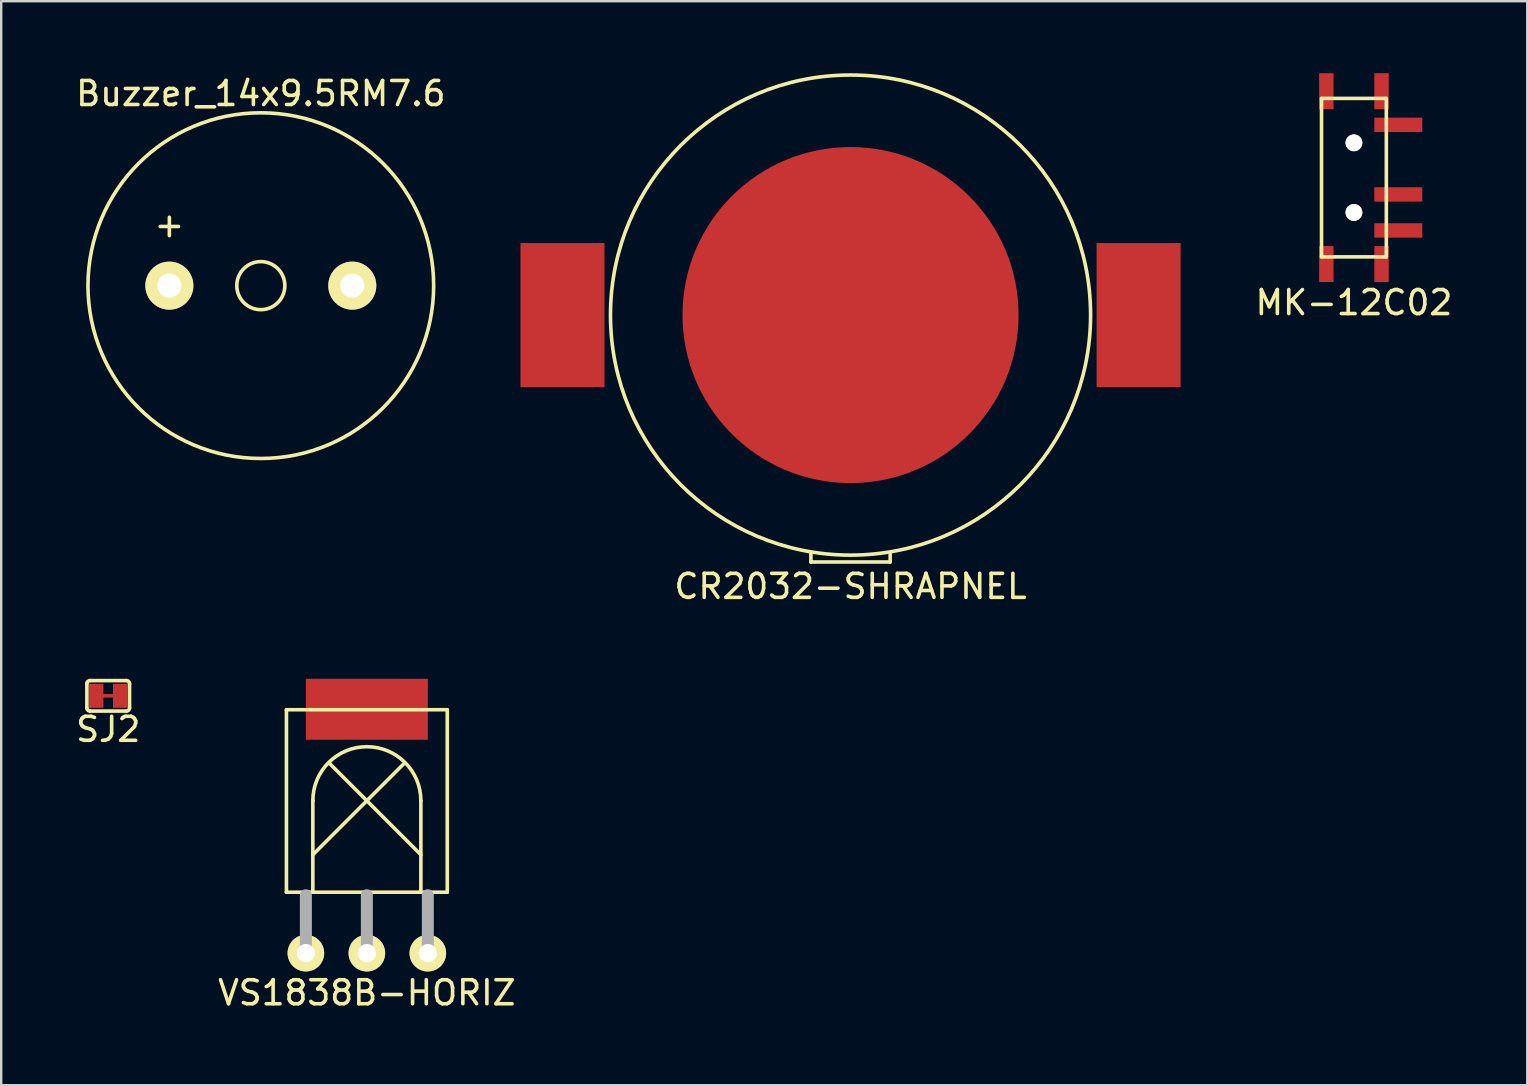
<source format=kicad_pcb>
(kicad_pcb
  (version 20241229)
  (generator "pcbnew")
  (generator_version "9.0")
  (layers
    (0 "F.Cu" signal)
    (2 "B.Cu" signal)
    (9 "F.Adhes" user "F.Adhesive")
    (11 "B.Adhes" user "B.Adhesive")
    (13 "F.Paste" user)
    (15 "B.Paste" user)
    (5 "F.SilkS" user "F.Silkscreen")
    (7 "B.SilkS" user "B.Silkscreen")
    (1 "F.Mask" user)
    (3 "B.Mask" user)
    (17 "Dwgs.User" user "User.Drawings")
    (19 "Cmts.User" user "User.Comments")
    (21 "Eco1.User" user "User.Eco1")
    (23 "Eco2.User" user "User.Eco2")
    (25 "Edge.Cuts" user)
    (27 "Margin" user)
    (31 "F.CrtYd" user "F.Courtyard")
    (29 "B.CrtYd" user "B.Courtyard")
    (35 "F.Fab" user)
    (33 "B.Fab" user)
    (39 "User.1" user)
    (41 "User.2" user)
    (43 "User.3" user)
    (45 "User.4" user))
  (footprint "VS1838B-HORIZ"
    (layer "F.Cu")
    (at 12.232 30.306)
    (property "Reference" "VS1838B-HORIZ" (at 0 8.001 0) (layer "F.SilkS") (effects (font (size 1 1) (thickness 0.15))))
    (attr through_hole)
    (fp_line (start -3.35 -3.79) (end 3.35 -3.79) (stroke (width 0.15) (type solid)) (layer "F.SilkS"))
    (fp_line (start -3.35 3.81) (end -3.35 -3.79) (stroke (width 0.15) (type solid)) (layer "F.SilkS"))
    (fp_line (start -2.25 2.25) (end 1.524 -1.524) (stroke (width 0.15) (type solid)) (layer "F.SilkS"))
    (fp_line (start -2.25 3.81) (end -2.25 0) (stroke (width 0.15) (type solid)) (layer "F.SilkS"))
    (fp_line (start 2.25 2.25) (end -1.524 -1.524) (stroke (width 0.15) (type solid)) (layer "F.SilkS"))
    (fp_line (start 2.25 3.81) (end 2.25 0) (stroke (width 0.15) (type solid)) (layer "F.SilkS"))
    (fp_line (start 3.35 -3.79) (end 3.35 3.81) (stroke (width 0.15) (type solid)) (layer "F.SilkS"))
    (fp_line (start 3.35 3.81) (end -3.35 3.81) (stroke (width 0.15) (type solid)) (layer "F.SilkS"))
    (fp_arc (start -2.25 0) (mid 0 -2.25) (end 2.25 0) (stroke (width 0.15) (type solid)) (layer "F.SilkS"))
    (fp_line (start -2.54 6.35) (end -2.54 3.937) (stroke (width 0.5) (type solid)) (layer "F.Fab"))
    (fp_line (start 0 6.35) (end 0 3.937) (stroke (width 0.5) (type solid)) (layer "F.Fab"))
    (fp_line (start 2.54 6.35) (end 2.54 3.937) (stroke (width 0.5) (type solid)) (layer "F.Fab"))
    (pad "1" thru_hole circle (at -2.54 6.35) (size 1.524 1.524) (drill 0.762) (layers "*.Cu" "*.Mask" "F.SilkS"))
    (pad "2" thru_hole circle (at 0 6.35) (size 1.524 1.524) (drill 0.762) (layers "*.Cu" "*.Mask" "F.SilkS"))
    (pad "3" thru_hole circle (at 2.54 6.35) (size 1.524 1.524) (drill 0.762) (layers "*.Cu" "*.Mask" "F.SilkS"))
    (pad "M1" smd rect (at 0 -3.81) (size 5.08 2.54) (layers "F.Cu" "F.Mask" "F.Paste")))
  (footprint "MK-12C02"
    (layer "F.Cu")
    (at 53.351 4.35)
    (property "Reference" "MK-12C02" (at 0 5.207 0) (layer "F.SilkS") (effects (font (size 1 1) (thickness 0.15))))
    (attr through_hole)
    (fp_line (start -1.35 -3.3) (end 1.35 -3.3) (stroke (width 0.15) (type solid)) (layer "F.SilkS"))
    (fp_line (start -1.35 3.3) (end -1.35 -3.3) (stroke (width 0.15) (type solid)) (layer "F.SilkS"))
    (fp_line (start 1.35 -3.3) (end 1.35 3.3) (stroke (width 0.15) (type solid)) (layer "F.SilkS"))
    (fp_line (start 1.35 3.3) (end -1.35 3.3) (stroke (width 0.15) (type solid)) (layer "F.SilkS"))
    (pad "" np_thru_hole circle (at 0 -1.45) (size 0.7 0.7) (drill 0.7) (layers "*.Cu" "*.Mask" "F.SilkS"))
    (pad "" np_thru_hole circle (at 0 1.45) (size 0.7 0.7) (drill 0.7) (layers "*.Cu" "*.Mask" "F.SilkS"))
    (pad "1" smd rect (at 1.85 2.2) (size 2 0.6) (layers "F.Cu" "F.Mask" "F.Paste"))
    (pad "2" smd rect (at 1.85 0.7) (size 2 0.6) (layers "F.Cu" "F.Mask" "F.Paste"))
    (pad "3" smd rect (at 1.85 -2.2) (size 2 0.6) (layers "F.Cu" "F.Mask" "F.Paste"))
    (pad "M1" smd rect (at -1.15 3.6 90) (size 1.5 0.6) (layers "F.Cu" "F.Mask" "F.Paste"))
    (pad "M2" smd rect (at 1.15 3.6 90) (size 1.5 0.6) (layers "F.Cu" "F.Mask" "F.Paste"))
    (pad "M3" smd rect (at 1.15 -3.6 90) (size 1.5 0.6) (layers "F.Cu" "F.Mask" "F.Paste"))
    (pad "M4" smd rect (at -1.15 -3.6 90) (size 1.5 0.6) (layers "F.Cu" "F.Mask" "F.Paste")))
  (footprint "CR2032-SHRAPNEL"
    (layer "F.Cu")
    (at 32.381 10.075)
    (property "Reference" "CR2032-SHRAPNEL" (at 0 11.303 0) (layer "F.SilkS") (effects (font (size 1 1) (thickness 0.15))))
    (attr through_hole)
    (fp_line (start -1.651 9.906) (end -1.651 10.287) (stroke (width 0.15) (type solid)) (layer "F.SilkS"))
    (fp_line (start -1.651 10.287) (end 1.651 10.287) (stroke (width 0.15) (type solid)) (layer "F.SilkS"))
    (fp_line (start 1.651 10.287) (end 1.651 9.906) (stroke (width 0.15) (type solid)) (layer "F.SilkS"))
    (fp_circle (center 0 0) (end 10 0) (stroke (width 0.15) (type solid)) (fill no) (layer "F.SilkS"))
    (pad "1" smd rect (at -12 0) (size 3.5 6) (layers "F.Cu" "F.Mask" "F.Paste"))
    (pad "1" smd rect (at 12 0) (size 3.5 6) (layers "F.Cu" "F.Mask" "F.Paste"))
    (pad "2" smd circle (at 0 0) (size 14 14) (layers "F.Cu" "F.Mask" "F.Paste")))
  (footprint "Buzzer_14x9.5RM7.6"
    (layer "F.Cu")
    (at 7.815 8.849)
    (property "Reference" "Buzzer_14x9.5RM7.6" (at 0 -8.001 0) (layer "F.SilkS") (effects (font (size 1 1) (thickness 0.15))))
    (attr through_hole)
    (fp_circle (center 0 0) (end 1.001 0) (stroke (width 0.15) (type solid)) (fill no) (layer "F.SilkS"))
    (fp_circle (center 0 0) (end 7.2 0) (stroke (width 0.15) (type solid)) (fill no) (layer "F.SilkS"))
    (fp_text user "+" (at -3.81 -2.54 0) (layer "F.SilkS") (effects (font (size 1 1) (thickness 0.15))))
    (pad "1" thru_hole circle (at -3.81 0) (size 2 2) (drill 1.001) (layers "*.Cu" "*.Mask" "F.SilkS"))
    (pad "2" thru_hole circle (at 3.81 0) (size 2 2) (drill 1.001) (layers "*.Cu" "*.Mask" "F.SilkS")))
  (footprint "SJ2"
    (layer "F.Cu")
    (at 1.458 25.936)
    (property "Reference" "SJ2" (at 0 1.397 0) (layer "F.SilkS") (effects (font (size 1 1) (thickness 0.15))))
    (attr through_hole)
    (fp_line (start -0.508 0) (end 0.508 0) (stroke (width 0.15) (type solid)) (layer "F.Cu"))
    (fp_line (start -0.127 -0.508) (end -0.127 0.508) (stroke (width 0.15) (type solid)) (layer "F.Mask"))
    (fp_line (start -0.127 -0.508) (end 0.127 -0.508) (stroke (width 0.15) (type solid)) (layer "F.Mask"))
    (fp_line (start 0 0.508) (end 0 -0.508) (stroke (width 0.15) (type solid)) (layer "F.Mask"))
    (fp_line (start 0.127 -0.508) (end 0.127 0.508) (stroke (width 0.15) (type solid)) (layer "F.Mask"))
    (fp_line (start 0.127 0.508) (end -0.127 0.508) (stroke (width 0.15) (type solid)) (layer "F.Mask"))
    (fp_line (start -0.889 -0.508) (end -0.889 0.508) (stroke (width 0.15) (type solid)) (layer "F.SilkS"))
    (fp_line (start -0.762 -0.635) (end 0.762 -0.635) (stroke (width 0.15) (type solid)) (layer "F.SilkS"))
    (fp_line (start 0.762 0.635) (end -0.762 0.635) (stroke (width 0.15) (type solid)) (layer "F.SilkS"))
    (fp_line (start 0.889 0.508) (end 0.889 -0.508) (stroke (width 0.15) (type solid)) (layer "F.SilkS"))
    (fp_arc (start -0.889 -0.508) (mid -0.851803 -0.597803) (end -0.762 -0.635) (stroke (width 0.15) (type solid)) (layer "F.SilkS"))
    (fp_arc (start -0.762 0.635) (mid -0.851803 0.597803) (end -0.889 0.508) (stroke (width 0.15) (type solid)) (layer "F.SilkS"))
    (fp_arc (start 0.762 -0.635) (mid 0.851803 -0.597803) (end 0.889 -0.508) (stroke (width 0.15) (type solid)) (layer "F.SilkS"))
    (fp_arc (start 0.889 0.508) (mid 0.851803 0.597803) (end 0.762 0.635) (stroke (width 0.15) (type solid)) (layer "F.SilkS"))
    (pad "1" smd rect (at -0.5 0) (size 0.6 1) (layers "F.Cu" "F.Mask" "F.Paste"))
    (pad "2" smd rect (at 0.5 0) (size 0.6 1) (layers "F.Cu" "F.Mask" "F.Paste")))
  (gr_rect
    (start -3 -3)
    (end 60.571 42.156)
    (stroke (width 0.1) (type default))
    (fill no)
    (layer "Edge.Cuts")))
</source>
